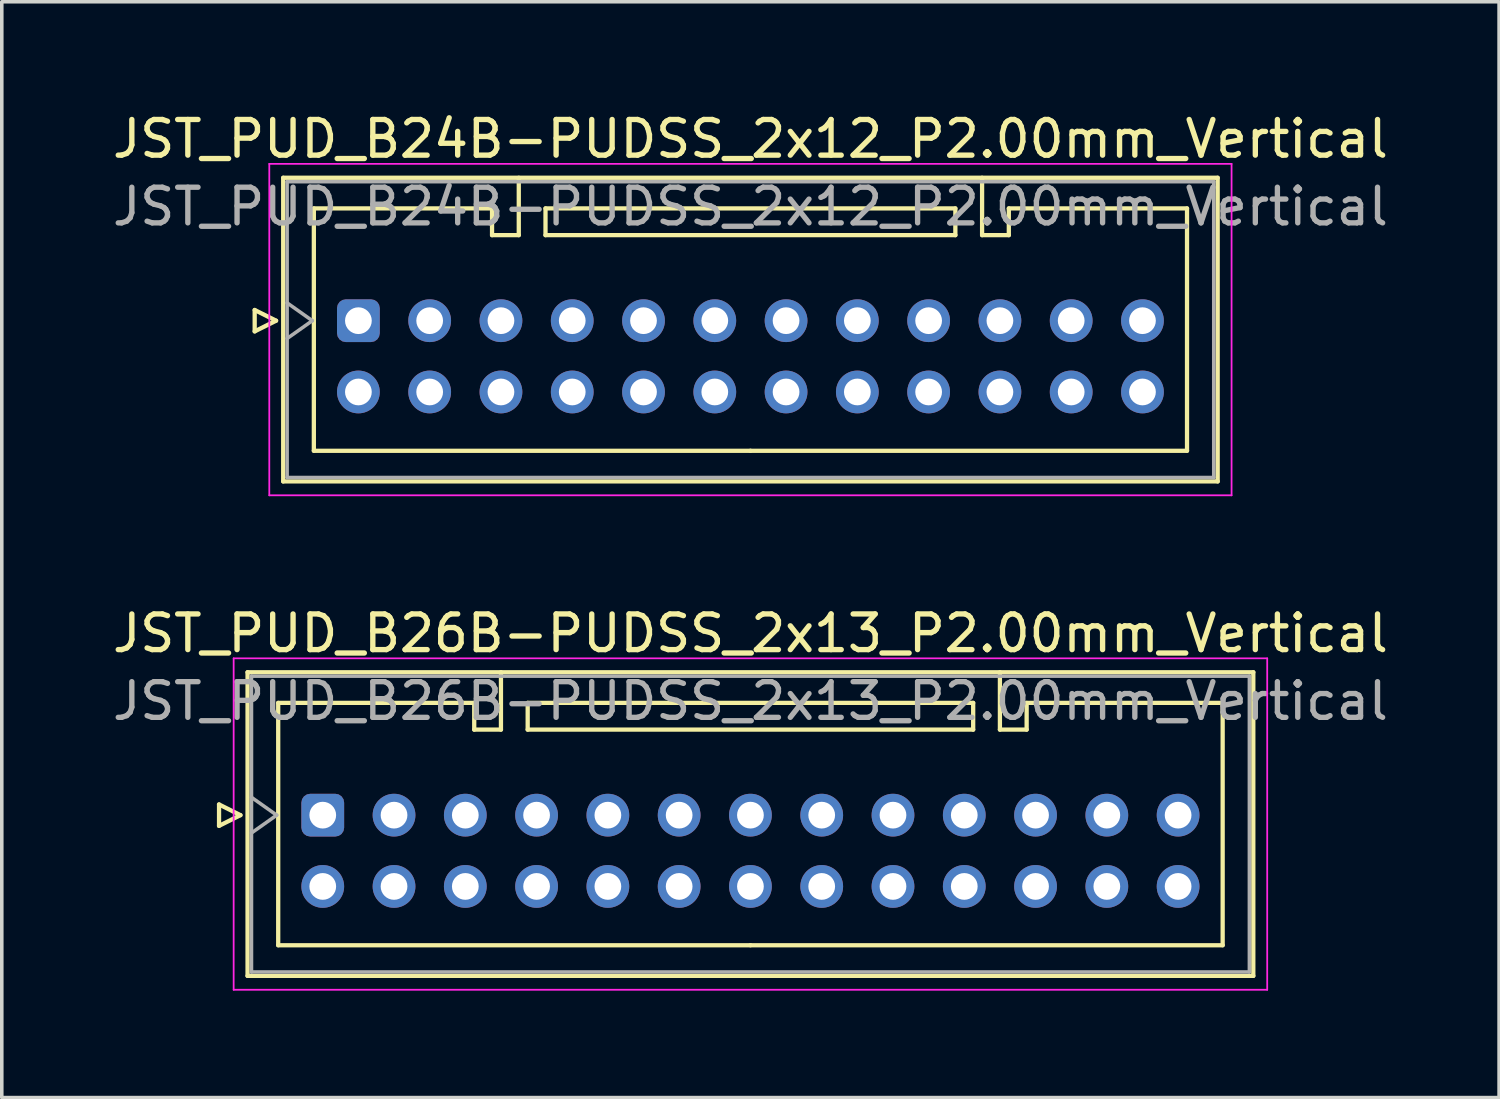
<source format=kicad_pcb>
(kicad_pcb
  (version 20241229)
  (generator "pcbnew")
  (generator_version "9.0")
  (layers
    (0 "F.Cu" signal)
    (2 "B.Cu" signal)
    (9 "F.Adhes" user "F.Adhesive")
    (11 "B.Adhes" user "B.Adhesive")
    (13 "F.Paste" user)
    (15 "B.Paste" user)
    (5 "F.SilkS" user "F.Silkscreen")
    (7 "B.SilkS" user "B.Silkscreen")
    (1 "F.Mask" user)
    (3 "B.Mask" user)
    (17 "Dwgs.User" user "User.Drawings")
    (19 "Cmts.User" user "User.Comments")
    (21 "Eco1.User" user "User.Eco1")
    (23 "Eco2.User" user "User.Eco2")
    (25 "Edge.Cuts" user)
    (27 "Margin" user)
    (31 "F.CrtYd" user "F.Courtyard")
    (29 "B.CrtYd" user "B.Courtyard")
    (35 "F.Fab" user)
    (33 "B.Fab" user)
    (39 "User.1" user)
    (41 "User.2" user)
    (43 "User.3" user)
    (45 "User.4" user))
  (footprint "JST_PUD_B24B-PUDSS_2x12_P2.00mm_Vertical"
    (layer "F.Cu")
    (at 7.006 5.948)
    (property "Reference" "JST_PUD_B24B-PUDSS_2x12_P2.00mm_Vertical" (at 11 -5.1 0) (layer "F.SilkS") (effects (font (size 1 1) (thickness 0.15))))
    (attr through_hole)
    (fp_line (start -2.91 -0.3) (end -2.31 0) (stroke (width 0.12) (type solid)) (layer "F.SilkS"))
    (fp_line (start -2.91 0.3) (end -2.91 -0.3) (stroke (width 0.12) (type solid)) (layer "F.SilkS"))
    (fp_line (start -2.31 0) (end -2.91 0.3) (stroke (width 0.12) (type solid)) (layer "F.SilkS"))
    (fp_line (start -2.11 -4.01) (end -2.11 4.51) (stroke (width 0.12) (type solid)) (layer "F.SilkS"))
    (fp_line (start -2.11 4.51) (end 24.11 4.51) (stroke (width 0.12) (type solid)) (layer "F.SilkS"))
    (fp_line (start -1.25 -3.15) (end -1.25 3.65) (stroke (width 0.12) (type solid)) (layer "F.SilkS"))
    (fp_line (start -1.25 3.65) (end 11 3.65) (stroke (width 0.12) (type solid)) (layer "F.SilkS"))
    (fp_line (start 3.75 -3.15) (end -1.25 -3.15) (stroke (width 0.12) (type solid)) (layer "F.SilkS"))
    (fp_line (start 3.75 -2.4) (end 3.75 -3.15) (stroke (width 0.12) (type solid)) (layer "F.SilkS"))
    (fp_line (start 4.5 -4.01) (end 4.5 -2.4) (stroke (width 0.12) (type solid)) (layer "F.SilkS"))
    (fp_line (start 4.5 -2.4) (end 3.75 -2.4) (stroke (width 0.12) (type solid)) (layer "F.SilkS"))
    (fp_line (start 5.25 -3.15) (end 5.25 -2.4) (stroke (width 0.12) (type solid)) (layer "F.SilkS"))
    (fp_line (start 5.25 -2.4) (end 16.75 -2.4) (stroke (width 0.12) (type solid)) (layer "F.SilkS"))
    (fp_line (start 16.75 -3.15) (end 5.25 -3.15) (stroke (width 0.12) (type solid)) (layer "F.SilkS"))
    (fp_line (start 16.75 -2.4) (end 16.75 -3.15) (stroke (width 0.12) (type solid)) (layer "F.SilkS"))
    (fp_line (start 17.5 -4.01) (end 17.5 -2.4) (stroke (width 0.12) (type solid)) (layer "F.SilkS"))
    (fp_line (start 17.5 -2.4) (end 18.25 -2.4) (stroke (width 0.12) (type solid)) (layer "F.SilkS"))
    (fp_line (start 18.25 -3.15) (end 23.25 -3.15) (stroke (width 0.12) (type solid)) (layer "F.SilkS"))
    (fp_line (start 18.25 -2.4) (end 18.25 -3.15) (stroke (width 0.12) (type solid)) (layer "F.SilkS"))
    (fp_line (start 23.25 -3.15) (end 23.25 3.65) (stroke (width 0.12) (type solid)) (layer "F.SilkS"))
    (fp_line (start 23.25 3.65) (end 11 3.65) (stroke (width 0.12) (type solid)) (layer "F.SilkS"))
    (fp_line (start 24.11 -4.01) (end -2.11 -4.01) (stroke (width 0.12) (type solid)) (layer "F.SilkS"))
    (fp_line (start 24.11 4.51) (end 24.11 -4.01) (stroke (width 0.12) (type solid)) (layer "F.SilkS"))
    (fp_line (start -2.5 -4.4) (end -2.5 4.9) (stroke (width 0.05) (type solid)) (layer "F.CrtYd"))
    (fp_line (start -2.5 4.9) (end 24.5 4.9) (stroke (width 0.05) (type solid)) (layer "F.CrtYd"))
    (fp_line (start 24.5 -4.4) (end -2.5 -4.4) (stroke (width 0.05) (type solid)) (layer "F.CrtYd"))
    (fp_line (start 24.5 4.9) (end 24.5 -4.4) (stroke (width 0.05) (type solid)) (layer "F.CrtYd"))
    (fp_line (start -2 -3.9) (end -2 4.4) (stroke (width 0.1) (type solid)) (layer "F.Fab"))
    (fp_line (start -2 0.5) (end -1.293 0) (stroke (width 0.1) (type solid)) (layer "F.Fab"))
    (fp_line (start -2 4.4) (end 24 4.4) (stroke (width 0.1) (type solid)) (layer "F.Fab"))
    (fp_line (start -1.293 0) (end -2 -0.5) (stroke (width 0.1) (type solid)) (layer "F.Fab"))
    (fp_line (start 24 -3.9) (end -2 -3.9) (stroke (width 0.1) (type solid)) (layer "F.Fab"))
    (fp_line (start 24 4.4) (end 24 -3.9) (stroke (width 0.1) (type solid)) (layer "F.Fab"))
    (fp_text user "${REFERENCE}" (at 11 -3.2 0) (layer "F.Fab") (effects (font (size 1 1) (thickness 0.15))))
    (pad "1" thru_hole roundrect (at 0 0) (size 1.2 1.2) (drill 0.75) (layers "*.Cu" "*.Mask") (roundrect_rratio 0.208))
    (pad "2" thru_hole circle (at 0 2) (size 1.2 1.2) (drill 0.75) (layers "*.Cu" "*.Mask"))
    (pad "3" thru_hole circle (at 2 0) (size 1.2 1.2) (drill 0.75) (layers "*.Cu" "*.Mask"))
    (pad "4" thru_hole circle (at 2 2) (size 1.2 1.2) (drill 0.75) (layers "*.Cu" "*.Mask"))
    (pad "5" thru_hole circle (at 4 0) (size 1.2 1.2) (drill 0.75) (layers "*.Cu" "*.Mask"))
    (pad "6" thru_hole circle (at 4 2) (size 1.2 1.2) (drill 0.75) (layers "*.Cu" "*.Mask"))
    (pad "7" thru_hole circle (at 6 0) (size 1.2 1.2) (drill 0.75) (layers "*.Cu" "*.Mask"))
    (pad "8" thru_hole circle (at 6 2) (size 1.2 1.2) (drill 0.75) (layers "*.Cu" "*.Mask"))
    (pad "9" thru_hole circle (at 8 0) (size 1.2 1.2) (drill 0.75) (layers "*.Cu" "*.Mask"))
    (pad "10" thru_hole circle (at 8 2) (size 1.2 1.2) (drill 0.75) (layers "*.Cu" "*.Mask"))
    (pad "11" thru_hole circle (at 10 0) (size 1.2 1.2) (drill 0.75) (layers "*.Cu" "*.Mask"))
    (pad "12" thru_hole circle (at 10 2) (size 1.2 1.2) (drill 0.75) (layers "*.Cu" "*.Mask"))
    (pad "13" thru_hole circle (at 12 0) (size 1.2 1.2) (drill 0.75) (layers "*.Cu" "*.Mask"))
    (pad "14" thru_hole circle (at 12 2) (size 1.2 1.2) (drill 0.75) (layers "*.Cu" "*.Mask"))
    (pad "15" thru_hole circle (at 14 0) (size 1.2 1.2) (drill 0.75) (layers "*.Cu" "*.Mask"))
    (pad "16" thru_hole circle (at 14 2) (size 1.2 1.2) (drill 0.75) (layers "*.Cu" "*.Mask"))
    (pad "17" thru_hole circle (at 16 0) (size 1.2 1.2) (drill 0.75) (layers "*.Cu" "*.Mask"))
    (pad "18" thru_hole circle (at 16 2) (size 1.2 1.2) (drill 0.75) (layers "*.Cu" "*.Mask"))
    (pad "19" thru_hole circle (at 18 0) (size 1.2 1.2) (drill 0.75) (layers "*.Cu" "*.Mask"))
    (pad "20" thru_hole circle (at 18 2) (size 1.2 1.2) (drill 0.75) (layers "*.Cu" "*.Mask"))
    (pad "21" thru_hole circle (at 20 0) (size 1.2 1.2) (drill 0.75) (layers "*.Cu" "*.Mask"))
    (pad "22" thru_hole circle (at 20 2) (size 1.2 1.2) (drill 0.75) (layers "*.Cu" "*.Mask"))
    (pad "23" thru_hole circle (at 22 0) (size 1.2 1.2) (drill 0.75) (layers "*.Cu" "*.Mask"))
    (pad "24" thru_hole circle (at 22 2) (size 1.2 1.2) (drill 0.75) (layers "*.Cu" "*.Mask")))
  (footprint "JST_PUD_B26B-PUDSS_2x13_P2.00mm_Vertical"
    (layer "F.Cu")
    (at 6.006 19.822)
    (property "Reference" "JST_PUD_B26B-PUDSS_2x13_P2.00mm_Vertical" (at 12 -5.1 0) (layer "F.SilkS") (effects (font (size 1 1) (thickness 0.15))))
    (attr through_hole)
    (fp_line (start -2.91 -0.3) (end -2.31 0) (stroke (width 0.12) (type solid)) (layer "F.SilkS"))
    (fp_line (start -2.91 0.3) (end -2.91 -0.3) (stroke (width 0.12) (type solid)) (layer "F.SilkS"))
    (fp_line (start -2.31 0) (end -2.91 0.3) (stroke (width 0.12) (type solid)) (layer "F.SilkS"))
    (fp_line (start -2.11 -4.01) (end -2.11 4.51) (stroke (width 0.12) (type solid)) (layer "F.SilkS"))
    (fp_line (start -2.11 4.51) (end 26.11 4.51) (stroke (width 0.12) (type solid)) (layer "F.SilkS"))
    (fp_line (start -1.25 -3.15) (end -1.25 3.65) (stroke (width 0.12) (type solid)) (layer "F.SilkS"))
    (fp_line (start -1.25 3.65) (end 12 3.65) (stroke (width 0.12) (type solid)) (layer "F.SilkS"))
    (fp_line (start 4.25 -3.15) (end -1.25 -3.15) (stroke (width 0.12) (type solid)) (layer "F.SilkS"))
    (fp_line (start 4.25 -2.4) (end 4.25 -3.15) (stroke (width 0.12) (type solid)) (layer "F.SilkS"))
    (fp_line (start 5 -4.01) (end 5 -2.4) (stroke (width 0.12) (type solid)) (layer "F.SilkS"))
    (fp_line (start 5 -2.4) (end 4.25 -2.4) (stroke (width 0.12) (type solid)) (layer "F.SilkS"))
    (fp_line (start 5.75 -3.15) (end 5.75 -2.4) (stroke (width 0.12) (type solid)) (layer "F.SilkS"))
    (fp_line (start 5.75 -2.4) (end 18.25 -2.4) (stroke (width 0.12) (type solid)) (layer "F.SilkS"))
    (fp_line (start 18.25 -3.15) (end 5.75 -3.15) (stroke (width 0.12) (type solid)) (layer "F.SilkS"))
    (fp_line (start 18.25 -2.4) (end 18.25 -3.15) (stroke (width 0.12) (type solid)) (layer "F.SilkS"))
    (fp_line (start 19 -4.01) (end 19 -2.4) (stroke (width 0.12) (type solid)) (layer "F.SilkS"))
    (fp_line (start 19 -2.4) (end 19.75 -2.4) (stroke (width 0.12) (type solid)) (layer "F.SilkS"))
    (fp_line (start 19.75 -3.15) (end 25.25 -3.15) (stroke (width 0.12) (type solid)) (layer "F.SilkS"))
    (fp_line (start 19.75 -2.4) (end 19.75 -3.15) (stroke (width 0.12) (type solid)) (layer "F.SilkS"))
    (fp_line (start 25.25 -3.15) (end 25.25 3.65) (stroke (width 0.12) (type solid)) (layer "F.SilkS"))
    (fp_line (start 25.25 3.65) (end 12 3.65) (stroke (width 0.12) (type solid)) (layer "F.SilkS"))
    (fp_line (start 26.11 -4.01) (end -2.11 -4.01) (stroke (width 0.12) (type solid)) (layer "F.SilkS"))
    (fp_line (start 26.11 4.51) (end 26.11 -4.01) (stroke (width 0.12) (type solid)) (layer "F.SilkS"))
    (fp_line (start -2.5 -4.4) (end -2.5 4.9) (stroke (width 0.05) (type solid)) (layer "F.CrtYd"))
    (fp_line (start -2.5 4.9) (end 26.5 4.9) (stroke (width 0.05) (type solid)) (layer "F.CrtYd"))
    (fp_line (start 26.5 -4.4) (end -2.5 -4.4) (stroke (width 0.05) (type solid)) (layer "F.CrtYd"))
    (fp_line (start 26.5 4.9) (end 26.5 -4.4) (stroke (width 0.05) (type solid)) (layer "F.CrtYd"))
    (fp_line (start -2 -3.9) (end -2 4.4) (stroke (width 0.1) (type solid)) (layer "F.Fab"))
    (fp_line (start -2 0.5) (end -1.293 0) (stroke (width 0.1) (type solid)) (layer "F.Fab"))
    (fp_line (start -2 4.4) (end 26 4.4) (stroke (width 0.1) (type solid)) (layer "F.Fab"))
    (fp_line (start -1.293 0) (end -2 -0.5) (stroke (width 0.1) (type solid)) (layer "F.Fab"))
    (fp_line (start 26 -3.9) (end -2 -3.9) (stroke (width 0.1) (type solid)) (layer "F.Fab"))
    (fp_line (start 26 4.4) (end 26 -3.9) (stroke (width 0.1) (type solid)) (layer "F.Fab"))
    (fp_text user "${REFERENCE}" (at 12 -3.2 0) (layer "F.Fab") (effects (font (size 1 1) (thickness 0.15))))
    (pad "1" thru_hole roundrect (at 0 0) (size 1.2 1.2) (drill 0.75) (layers "*.Cu" "*.Mask") (roundrect_rratio 0.208))
    (pad "2" thru_hole circle (at 0 2) (size 1.2 1.2) (drill 0.75) (layers "*.Cu" "*.Mask"))
    (pad "3" thru_hole circle (at 2 0) (size 1.2 1.2) (drill 0.75) (layers "*.Cu" "*.Mask"))
    (pad "4" thru_hole circle (at 2 2) (size 1.2 1.2) (drill 0.75) (layers "*.Cu" "*.Mask"))
    (pad "5" thru_hole circle (at 4 0) (size 1.2 1.2) (drill 0.75) (layers "*.Cu" "*.Mask"))
    (pad "6" thru_hole circle (at 4 2) (size 1.2 1.2) (drill 0.75) (layers "*.Cu" "*.Mask"))
    (pad "7" thru_hole circle (at 6 0) (size 1.2 1.2) (drill 0.75) (layers "*.Cu" "*.Mask"))
    (pad "8" thru_hole circle (at 6 2) (size 1.2 1.2) (drill 0.75) (layers "*.Cu" "*.Mask"))
    (pad "9" thru_hole circle (at 8 0) (size 1.2 1.2) (drill 0.75) (layers "*.Cu" "*.Mask"))
    (pad "10" thru_hole circle (at 8 2) (size 1.2 1.2) (drill 0.75) (layers "*.Cu" "*.Mask"))
    (pad "11" thru_hole circle (at 10 0) (size 1.2 1.2) (drill 0.75) (layers "*.Cu" "*.Mask"))
    (pad "12" thru_hole circle (at 10 2) (size 1.2 1.2) (drill 0.75) (layers "*.Cu" "*.Mask"))
    (pad "13" thru_hole circle (at 12 0) (size 1.2 1.2) (drill 0.75) (layers "*.Cu" "*.Mask"))
    (pad "14" thru_hole circle (at 12 2) (size 1.2 1.2) (drill 0.75) (layers "*.Cu" "*.Mask"))
    (pad "15" thru_hole circle (at 14 0) (size 1.2 1.2) (drill 0.75) (layers "*.Cu" "*.Mask"))
    (pad "16" thru_hole circle (at 14 2) (size 1.2 1.2) (drill 0.75) (layers "*.Cu" "*.Mask"))
    (pad "17" thru_hole circle (at 16 0) (size 1.2 1.2) (drill 0.75) (layers "*.Cu" "*.Mask"))
    (pad "18" thru_hole circle (at 16 2) (size 1.2 1.2) (drill 0.75) (layers "*.Cu" "*.Mask"))
    (pad "19" thru_hole circle (at 18 0) (size 1.2 1.2) (drill 0.75) (layers "*.Cu" "*.Mask"))
    (pad "20" thru_hole circle (at 18 2) (size 1.2 1.2) (drill 0.75) (layers "*.Cu" "*.Mask"))
    (pad "21" thru_hole circle (at 20 0) (size 1.2 1.2) (drill 0.75) (layers "*.Cu" "*.Mask"))
    (pad "22" thru_hole circle (at 20 2) (size 1.2 1.2) (drill 0.75) (layers "*.Cu" "*.Mask"))
    (pad "23" thru_hole circle (at 22 0) (size 1.2 1.2) (drill 0.75) (layers "*.Cu" "*.Mask"))
    (pad "24" thru_hole circle (at 22 2) (size 1.2 1.2) (drill 0.75) (layers "*.Cu" "*.Mask"))
    (pad "25" thru_hole circle (at 24 0) (size 1.2 1.2) (drill 0.75) (layers "*.Cu" "*.Mask"))
    (pad "26" thru_hole circle (at 24 2) (size 1.2 1.2) (drill 0.75) (layers "*.Cu" "*.Mask")))
  (gr_rect
    (start -3 -3)
    (end 39.012 27.747)
    (stroke (width 0.1) (type default))
    (fill no)
    (layer "Edge.Cuts")))
</source>
